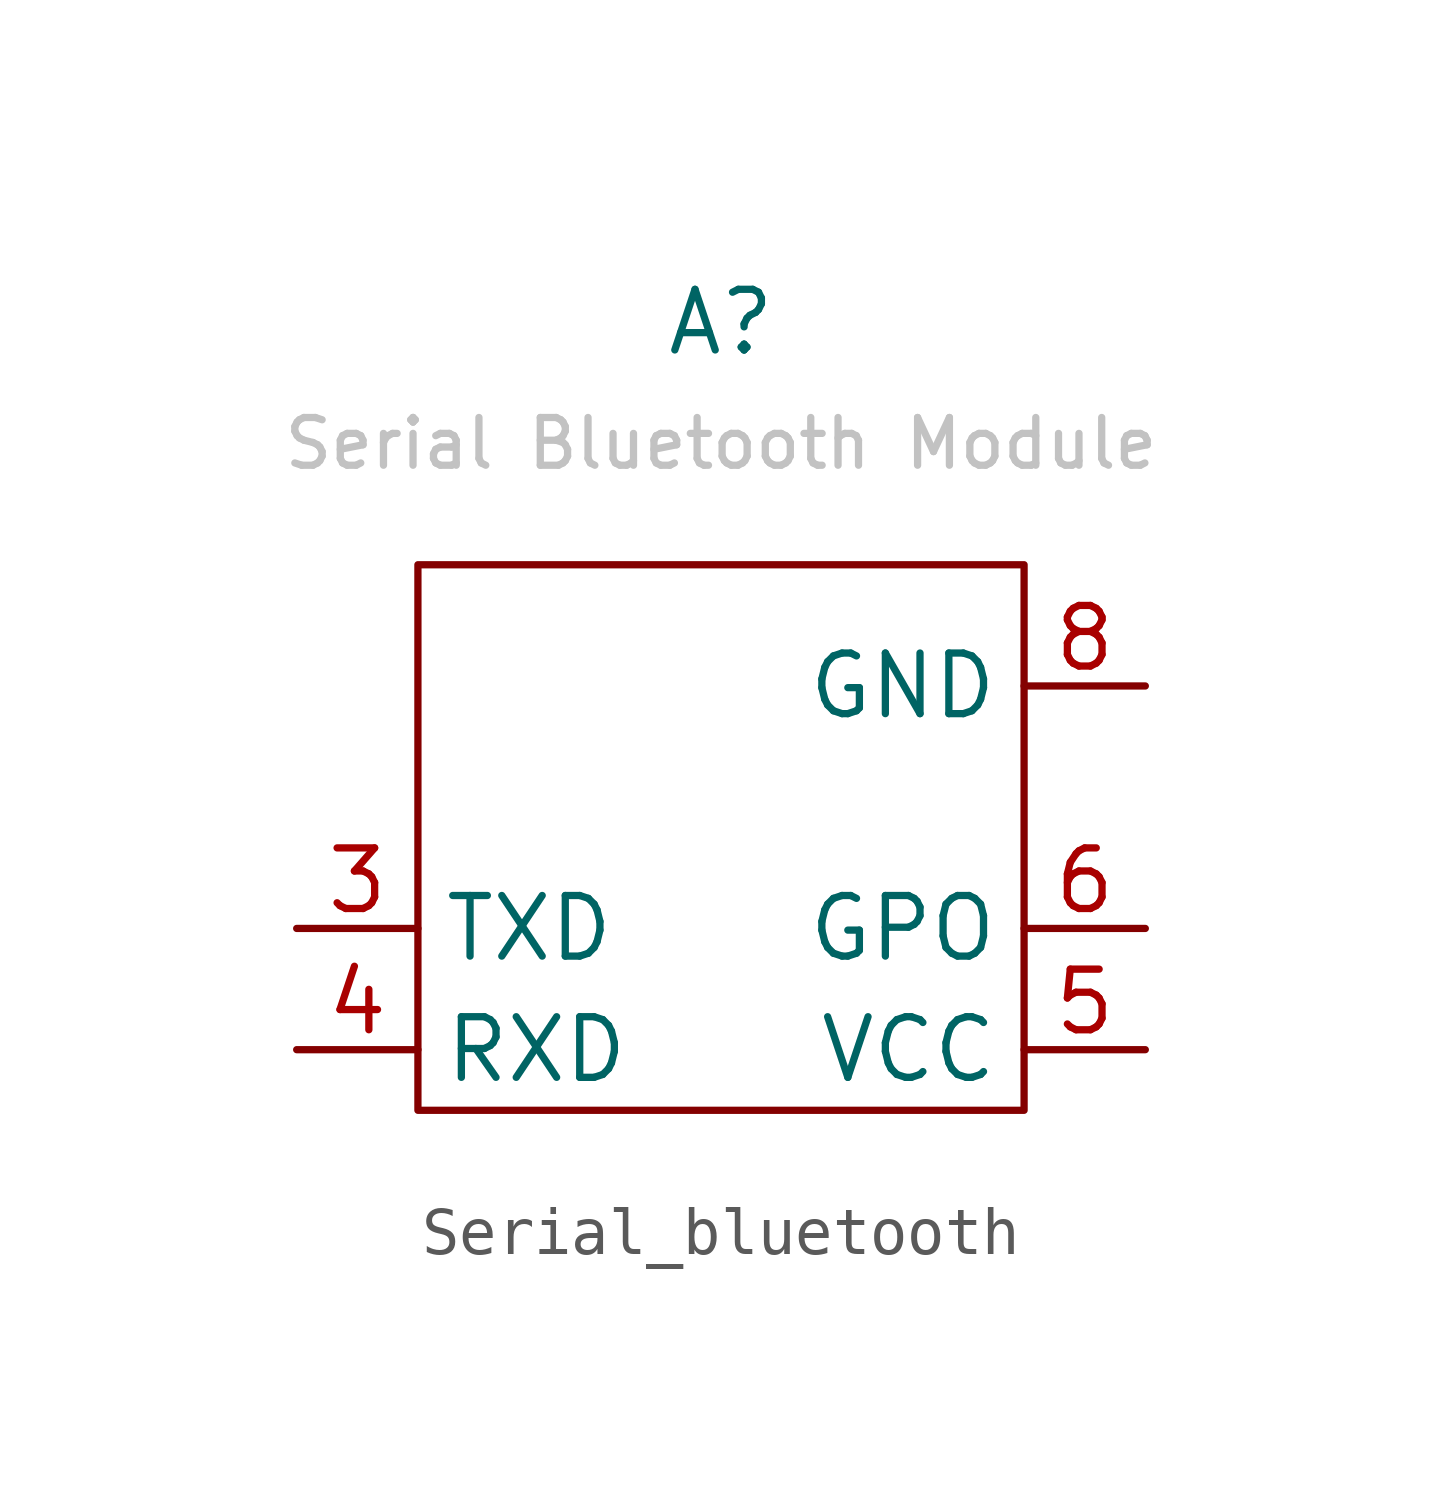
<source format=kicad_sym>
(kicad_symbol_lib
  (version 20220914)
  (generator kicad_symbol_editor)
  (symbol "Serial_bluetooth"
    (property "Reference" "A"
      (at -6.35 15.24 0)
      (effects (font (size 1.27 1.27))))
    (property "Value" ""
      (at -6.35 11.43 0)
      (effects (font (size 1.27 1.27))))
    (symbol "Serial_bluetooth_0_1"
      (rectangle (start -12.7 10.16) (end 0 -1.27) (stroke (width 0) (type default)) (fill (type none))))
    (symbol "Serial_bluetooth_1_1"
      (text "Serial Bluetooth Module\n" (at -6.35 12.7 0) (effects (font (size 1 1) (color 194 194 194 1))))
      (pin output line (at -15.24 2.54 0) (length 2.54) (name "TXD" (effects (font (size 1.27 1.27)))) (number "3" (effects (font (size 1.27 1.27)))))
      (pin input line (at -15.24 0 0) (length 2.54) (name "RXD" (effects (font (size 1.27 1.27)))) (number "4" (effects (font (size 1.27 1.27)))))
      (pin input line (at 2.54 0 180) (length 2.54) (name "VCC" (effects (font (size 1.27 1.27)))) (number "5" (effects (font (size 1.27 1.27)))))
      (pin output line (at 2.54 2.54 180) (length 2.54) (name "GPO" (effects (font (size 1.27 1.27)))) (number "6" (effects (font (size 1.27 1.27)))))
      (pin output line (at 2.54 7.62 180) (length 2.54) (name "GND" (effects (font (size 1.27 1.27)))) (number "8" (effects (font (size 1.27 1.27))))))))
</source>
